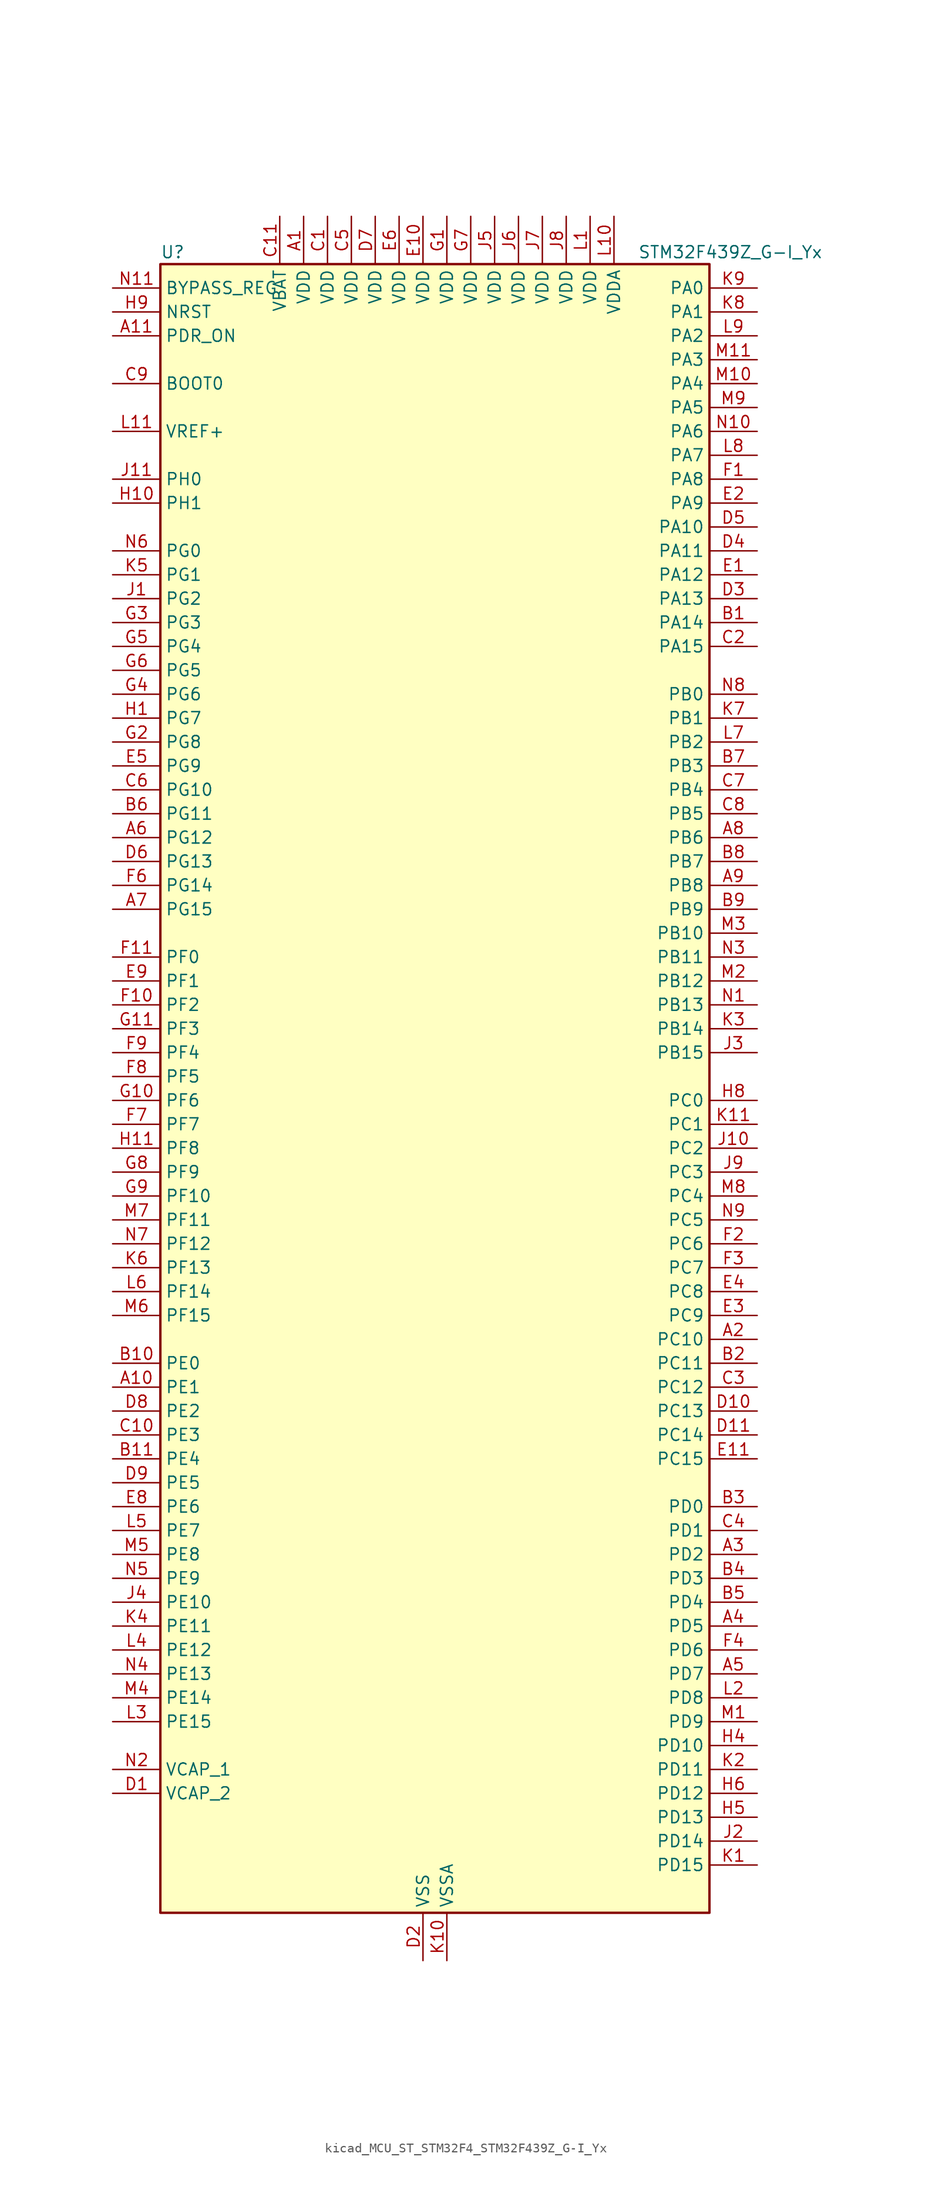
<source format=kicad_sym>
(kicad_symbol_lib
  (version 20220914)
  (generator kicad_symbol_editor)
  (symbol "kicad_MCU_ST_STM32F4_STM32F439Z_G-I_Yx"
    (property "Reference" "U"
      (at -27.94 90.17 0)
      (effects (font (size 1.27 1.27)) (justify left)))
    (property "Value" "STM32F439Z_G-I_Yx"
      (at 22.86 90.17 0)
      (effects (font (size 1.27 1.27)) (justify left)))
    (property "ki_locked" ""
      (at 0 0 0)
      (effects (font (size 1.27 1.27))))
    (symbol "kicad_MCU_ST_STM32F4_STM32F439Z_G-I_Yx_0_1"
      (rectangle (start -27.94 -86.36) (end 30.48 88.9) (stroke (width 0.254) (type default)) (fill (type background))))
    (symbol "kicad_MCU_ST_STM32F4_STM32F439Z_G-I_Yx_1_1"
      (pin power_in line (at -12.7 93.98 270) (length 5.08) (name "VDD" (effects (font (size 1.27 1.27)))) (number "A1" (effects (font (size 1.27 1.27)))))
      (pin bidirectional line (at -33.02 -30.48 0) (length 5.08) (name "PE1" (effects (font (size 1.27 1.27)))) (number "A10" (effects (font (size 1.27 1.27)))) (alternate "DCMI_D3" bidirectional line) (alternate "FMC_NBL1" bidirectional line) (alternate "UART8_TX" bidirectional line))
      (pin input line (at -33.02 81.28 0) (length 5.08) (name "PDR_ON" (effects (font (size 1.27 1.27)))) (number "A11" (effects (font (size 1.27 1.27)))))
      (pin bidirectional line (at 35.56 -25.4 180) (length 5.08) (name "PC10" (effects (font (size 1.27 1.27)))) (number "A2" (effects (font (size 1.27 1.27)))) (alternate "DCMI_D8" bidirectional line) (alternate "I2S3_CK" bidirectional line) (alternate "LTDC_R2" bidirectional line) (alternate "SDIO_D2" bidirectional line) (alternate "SPI3_SCK" bidirectional line) (alternate "UART4_TX" bidirectional line) (alternate "USART3_TX" bidirectional line))
      (pin bidirectional line (at 35.56 -48.26 180) (length 5.08) (name "PD2" (effects (font (size 1.27 1.27)))) (number "A3" (effects (font (size 1.27 1.27)))) (alternate "DCMI_D11" bidirectional line) (alternate "SDIO_CMD" bidirectional line) (alternate "TIM3_ETR" bidirectional line) (alternate "UART5_RX" bidirectional line))
      (pin bidirectional line (at 35.56 -55.88 180) (length 5.08) (name "PD5" (effects (font (size 1.27 1.27)))) (number "A4" (effects (font (size 1.27 1.27)))) (alternate "FMC_NWE" bidirectional line) (alternate "USART2_TX" bidirectional line))
      (pin bidirectional line (at 35.56 -60.96 180) (length 5.08) (name "PD7" (effects (font (size 1.27 1.27)))) (number "A5" (effects (font (size 1.27 1.27)))) (alternate "FMC_NCE2" bidirectional line) (alternate "FMC_NE1" bidirectional line) (alternate "USART2_CK" bidirectional line))
      (pin bidirectional line (at -33.02 27.94 0) (length 5.08) (name "PG12" (effects (font (size 1.27 1.27)))) (number "A6" (effects (font (size 1.27 1.27)))) (alternate "FMC_NE4" bidirectional line) (alternate "LTDC_B1" bidirectional line) (alternate "LTDC_B4" bidirectional line) (alternate "SPI6_MISO" bidirectional line) (alternate "USART6_RTS" bidirectional line))
      (pin bidirectional line (at -33.02 20.32 0) (length 5.08) (name "PG15" (effects (font (size 1.27 1.27)))) (number "A7" (effects (font (size 1.27 1.27)))) (alternate "ADC1_EXTI15" bidirectional line) (alternate "ADC2_EXTI15" bidirectional line) (alternate "ADC3_EXTI15" bidirectional line) (alternate "DCMI_D13" bidirectional line) (alternate "FMC_SDNCAS" bidirectional line) (alternate "USART6_CTS" bidirectional line))
      (pin bidirectional line (at 35.56 27.94 180) (length 5.08) (name "PB6" (effects (font (size 1.27 1.27)))) (number "A8" (effects (font (size 1.27 1.27)))) (alternate "CAN2_TX" bidirectional line) (alternate "DCMI_D5" bidirectional line) (alternate "FMC_SDNE1" bidirectional line) (alternate "I2C1_SCL" bidirectional line) (alternate "TIM4_CH1" bidirectional line) (alternate "USART1_TX" bidirectional line))
      (pin bidirectional line (at 35.56 22.86 180) (length 5.08) (name "PB8" (effects (font (size 1.27 1.27)))) (number "A9" (effects (font (size 1.27 1.27)))) (alternate "CAN1_RX" bidirectional line) (alternate "DCMI_D6" bidirectional line) (alternate "ETH_TXD3" bidirectional line) (alternate "I2C1_SCL" bidirectional line) (alternate "LTDC_B6" bidirectional line) (alternate "SDIO_D4" bidirectional line) (alternate "TIM10_CH1" bidirectional line) (alternate "TIM4_CH3" bidirectional line))
      (pin bidirectional line (at 35.56 50.8 180) (length 5.08) (name "PA14" (effects (font (size 1.27 1.27)))) (number "B1" (effects (font (size 1.27 1.27)))) (alternate "SYS_JTCK-SWCLK" bidirectional line))
      (pin bidirectional line (at -33.02 -27.94 0) (length 5.08) (name "PE0" (effects (font (size 1.27 1.27)))) (number "B10" (effects (font (size 1.27 1.27)))) (alternate "DCMI_D2" bidirectional line) (alternate "FMC_NBL0" bidirectional line) (alternate "TIM4_ETR" bidirectional line) (alternate "UART8_RX" bidirectional line))
      (pin bidirectional line (at -33.02 -38.1 0) (length 5.08) (name "PE4" (effects (font (size 1.27 1.27)))) (number "B11" (effects (font (size 1.27 1.27)))) (alternate "DCMI_D4" bidirectional line) (alternate "FMC_A20" bidirectional line) (alternate "LTDC_B0" bidirectional line) (alternate "SAI1_FS_A" bidirectional line) (alternate "SPI4_NSS" bidirectional line) (alternate "SYS_TRACED1" bidirectional line))
      (pin bidirectional line (at 35.56 -27.94 180) (length 5.08) (name "PC11" (effects (font (size 1.27 1.27)))) (number "B2" (effects (font (size 1.27 1.27)))) (alternate "ADC1_EXTI11" bidirectional line) (alternate "ADC2_EXTI11" bidirectional line) (alternate "ADC3_EXTI11" bidirectional line) (alternate "DCMI_D4" bidirectional line) (alternate "I2S3_ext_SD" bidirectional line) (alternate "SDIO_D3" bidirectional line) (alternate "SPI3_MISO" bidirectional line) (alternate "UART4_RX" bidirectional line) (alternate "USART3_RX" bidirectional line))
      (pin bidirectional line (at 35.56 -43.18 180) (length 5.08) (name "PD0" (effects (font (size 1.27 1.27)))) (number "B3" (effects (font (size 1.27 1.27)))) (alternate "CAN1_RX" bidirectional line) (alternate "FMC_D2" bidirectional line) (alternate "FMC_DA2" bidirectional line))
      (pin bidirectional line (at 35.56 -50.8 180) (length 5.08) (name "PD3" (effects (font (size 1.27 1.27)))) (number "B4" (effects (font (size 1.27 1.27)))) (alternate "DCMI_D5" bidirectional line) (alternate "FMC_CLK" bidirectional line) (alternate "I2S2_CK" bidirectional line) (alternate "LTDC_G7" bidirectional line) (alternate "SPI2_SCK" bidirectional line) (alternate "USART2_CTS" bidirectional line))
      (pin bidirectional line (at 35.56 -53.34 180) (length 5.08) (name "PD4" (effects (font (size 1.27 1.27)))) (number "B5" (effects (font (size 1.27 1.27)))) (alternate "FMC_NOE" bidirectional line) (alternate "USART2_RTS" bidirectional line))
      (pin bidirectional line (at -33.02 30.48 0) (length 5.08) (name "PG11" (effects (font (size 1.27 1.27)))) (number "B6" (effects (font (size 1.27 1.27)))) (alternate "ADC1_EXTI11" bidirectional line) (alternate "ADC2_EXTI11" bidirectional line) (alternate "ADC3_EXTI11" bidirectional line) (alternate "DCMI_D3" bidirectional line) (alternate "ETH_TX_EN" bidirectional line) (alternate "FMC_NCE4_2" bidirectional line) (alternate "LTDC_B3" bidirectional line))
      (pin bidirectional line (at 35.56 35.56 180) (length 5.08) (name "PB3" (effects (font (size 1.27 1.27)))) (number "B7" (effects (font (size 1.27 1.27)))) (alternate "I2S3_CK" bidirectional line) (alternate "SPI1_SCK" bidirectional line) (alternate "SPI3_SCK" bidirectional line) (alternate "SYS_JTDO-SWO" bidirectional line) (alternate "TIM2_CH2" bidirectional line))
      (pin bidirectional line (at 35.56 25.4 180) (length 5.08) (name "PB7" (effects (font (size 1.27 1.27)))) (number "B8" (effects (font (size 1.27 1.27)))) (alternate "DCMI_VSYNC" bidirectional line) (alternate "FMC_NL" bidirectional line) (alternate "I2C1_SDA" bidirectional line) (alternate "TIM4_CH2" bidirectional line) (alternate "USART1_RX" bidirectional line))
      (pin bidirectional line (at 35.56 20.32 180) (length 5.08) (name "PB9" (effects (font (size 1.27 1.27)))) (number "B9" (effects (font (size 1.27 1.27)))) (alternate "CAN1_TX" bidirectional line) (alternate "DAC_EXTI9" bidirectional line) (alternate "DCMI_D7" bidirectional line) (alternate "I2C1_SDA" bidirectional line) (alternate "I2S2_WS" bidirectional line) (alternate "LTDC_B7" bidirectional line) (alternate "SDIO_D5" bidirectional line) (alternate "SPI2_NSS" bidirectional line) (alternate "TIM11_CH1" bidirectional line) (alternate "TIM4_CH4" bidirectional line))
      (pin power_in line (at -10.16 93.98 270) (length 5.08) (name "VDD" (effects (font (size 1.27 1.27)))) (number "C1" (effects (font (size 1.27 1.27)))))
      (pin bidirectional line (at -33.02 -35.56 0) (length 5.08) (name "PE3" (effects (font (size 1.27 1.27)))) (number "C10" (effects (font (size 1.27 1.27)))) (alternate "FMC_A19" bidirectional line) (alternate "SAI1_SD_B" bidirectional line) (alternate "SYS_TRACED0" bidirectional line))
      (pin power_in line (at -15.24 93.98 270) (length 5.08) (name "VBAT" (effects (font (size 1.27 1.27)))) (number "C11" (effects (font (size 1.27 1.27)))))
      (pin bidirectional line (at 35.56 48.26 180) (length 5.08) (name "PA15" (effects (font (size 1.27 1.27)))) (number "C2" (effects (font (size 1.27 1.27)))) (alternate "ADC1_EXTI15" bidirectional line) (alternate "ADC2_EXTI15" bidirectional line) (alternate "ADC3_EXTI15" bidirectional line) (alternate "I2S3_WS" bidirectional line) (alternate "SPI1_NSS" bidirectional line) (alternate "SPI3_NSS" bidirectional line) (alternate "SYS_JTDI" bidirectional line) (alternate "TIM2_CH1" bidirectional line) (alternate "TIM2_ETR" bidirectional line))
      (pin bidirectional line (at 35.56 -30.48 180) (length 5.08) (name "PC12" (effects (font (size 1.27 1.27)))) (number "C3" (effects (font (size 1.27 1.27)))) (alternate "DCMI_D9" bidirectional line) (alternate "I2S3_SD" bidirectional line) (alternate "SDIO_CK" bidirectional line) (alternate "SPI3_MOSI" bidirectional line) (alternate "UART5_TX" bidirectional line) (alternate "USART3_CK" bidirectional line))
      (pin bidirectional line (at 35.56 -45.72 180) (length 5.08) (name "PD1" (effects (font (size 1.27 1.27)))) (number "C4" (effects (font (size 1.27 1.27)))) (alternate "CAN1_TX" bidirectional line) (alternate "FMC_D3" bidirectional line) (alternate "FMC_DA3" bidirectional line))
      (pin power_in line (at -7.62 93.98 270) (length 5.08) (name "VDD" (effects (font (size 1.27 1.27)))) (number "C5" (effects (font (size 1.27 1.27)))))
      (pin bidirectional line (at -33.02 33.02 0) (length 5.08) (name "PG10" (effects (font (size 1.27 1.27)))) (number "C6" (effects (font (size 1.27 1.27)))) (alternate "DCMI_D2" bidirectional line) (alternate "FMC_NCE4_1" bidirectional line) (alternate "FMC_NE3" bidirectional line) (alternate "LTDC_B2" bidirectional line) (alternate "LTDC_G3" bidirectional line))
      (pin bidirectional line (at 35.56 33.02 180) (length 5.08) (name "PB4" (effects (font (size 1.27 1.27)))) (number "C7" (effects (font (size 1.27 1.27)))) (alternate "I2S3_ext_SD" bidirectional line) (alternate "SPI1_MISO" bidirectional line) (alternate "SPI3_MISO" bidirectional line) (alternate "SYS_JTRST" bidirectional line) (alternate "TIM3_CH1" bidirectional line))
      (pin bidirectional line (at 35.56 30.48 180) (length 5.08) (name "PB5" (effects (font (size 1.27 1.27)))) (number "C8" (effects (font (size 1.27 1.27)))) (alternate "CAN2_RX" bidirectional line) (alternate "DCMI_D10" bidirectional line) (alternate "ETH_PPS_OUT" bidirectional line) (alternate "FMC_SDCKE1" bidirectional line) (alternate "I2C1_SMBA" bidirectional line) (alternate "I2S3_SD" bidirectional line) (alternate "SPI1_MOSI" bidirectional line) (alternate "SPI3_MOSI" bidirectional line) (alternate "TIM3_CH2" bidirectional line) (alternate "USB_OTG_HS_ULPI_D7" bidirectional line))
      (pin input line (at -33.02 76.2 0) (length 5.08) (name "BOOT0" (effects (font (size 1.27 1.27)))) (number "C9" (effects (font (size 1.27 1.27)))))
      (pin power_out line (at -33.02 -73.66 0) (length 5.08) (name "VCAP_2" (effects (font (size 1.27 1.27)))) (number "D1" (effects (font (size 1.27 1.27)))))
      (pin bidirectional line (at 35.56 -33.02 180) (length 5.08) (name "PC13" (effects (font (size 1.27 1.27)))) (number "D10" (effects (font (size 1.27 1.27)))) (alternate "RTC_AF1" bidirectional line))
      (pin bidirectional line (at 35.56 -35.56 180) (length 5.08) (name "PC14" (effects (font (size 1.27 1.27)))) (number "D11" (effects (font (size 1.27 1.27)))) (alternate "RCC_OSC32_IN" bidirectional line))
      (pin power_in line (at 0 -91.44 90) (length 5.08) (name "VSS" (effects (font (size 1.27 1.27)))) (number "D2" (effects (font (size 1.27 1.27)))))
      (pin bidirectional line (at 35.56 53.34 180) (length 5.08) (name "PA13" (effects (font (size 1.27 1.27)))) (number "D3" (effects (font (size 1.27 1.27)))) (alternate "SYS_JTMS-SWDIO" bidirectional line))
      (pin bidirectional line (at 35.56 58.42 180) (length 5.08) (name "PA11" (effects (font (size 1.27 1.27)))) (number "D4" (effects (font (size 1.27 1.27)))) (alternate "ADC1_EXTI11" bidirectional line) (alternate "ADC2_EXTI11" bidirectional line) (alternate "ADC3_EXTI11" bidirectional line) (alternate "CAN1_RX" bidirectional line) (alternate "LTDC_R4" bidirectional line) (alternate "TIM1_CH4" bidirectional line) (alternate "USART1_CTS" bidirectional line) (alternate "USB_OTG_FS_DM" bidirectional line))
      (pin bidirectional line (at 35.56 60.96 180) (length 5.08) (name "PA10" (effects (font (size 1.27 1.27)))) (number "D5" (effects (font (size 1.27 1.27)))) (alternate "DCMI_D1" bidirectional line) (alternate "TIM1_CH3" bidirectional line) (alternate "USART1_RX" bidirectional line) (alternate "USB_OTG_FS_ID" bidirectional line))
      (pin bidirectional line (at -33.02 25.4 0) (length 5.08) (name "PG13" (effects (font (size 1.27 1.27)))) (number "D6" (effects (font (size 1.27 1.27)))) (alternate "ETH_TXD0" bidirectional line) (alternate "FMC_A24" bidirectional line) (alternate "SPI6_SCK" bidirectional line) (alternate "USART6_CTS" bidirectional line))
      (pin power_in line (at -5.08 93.98 270) (length 5.08) (name "VDD" (effects (font (size 1.27 1.27)))) (number "D7" (effects (font (size 1.27 1.27)))))
      (pin bidirectional line (at -33.02 -33.02 0) (length 5.08) (name "PE2" (effects (font (size 1.27 1.27)))) (number "D8" (effects (font (size 1.27 1.27)))) (alternate "ETH_TXD3" bidirectional line) (alternate "FMC_A23" bidirectional line) (alternate "SAI1_MCLK_A" bidirectional line) (alternate "SPI4_SCK" bidirectional line) (alternate "SYS_TRACECLK" bidirectional line))
      (pin bidirectional line (at -33.02 -40.64 0) (length 5.08) (name "PE5" (effects (font (size 1.27 1.27)))) (number "D9" (effects (font (size 1.27 1.27)))) (alternate "DCMI_D6" bidirectional line) (alternate "FMC_A21" bidirectional line) (alternate "LTDC_G0" bidirectional line) (alternate "SAI1_SCK_A" bidirectional line) (alternate "SPI4_MISO" bidirectional line) (alternate "SYS_TRACED2" bidirectional line) (alternate "TIM9_CH1" bidirectional line))
      (pin bidirectional line (at 35.56 55.88 180) (length 5.08) (name "PA12" (effects (font (size 1.27 1.27)))) (number "E1" (effects (font (size 1.27 1.27)))) (alternate "CAN1_TX" bidirectional line) (alternate "LTDC_R5" bidirectional line) (alternate "TIM1_ETR" bidirectional line) (alternate "USART1_RTS" bidirectional line) (alternate "USB_OTG_FS_DP" bidirectional line))
      (pin power_in line (at 0 93.98 270) (length 5.08) (name "VDD" (effects (font (size 1.27 1.27)))) (number "E10" (effects (font (size 1.27 1.27)))))
      (pin bidirectional line (at 35.56 -38.1 180) (length 5.08) (name "PC15" (effects (font (size 1.27 1.27)))) (number "E11" (effects (font (size 1.27 1.27)))) (alternate "ADC1_EXTI15" bidirectional line) (alternate "ADC2_EXTI15" bidirectional line) (alternate "ADC3_EXTI15" bidirectional line) (alternate "RCC_OSC32_OUT" bidirectional line))
      (pin bidirectional line (at 35.56 63.5 180) (length 5.08) (name "PA9" (effects (font (size 1.27 1.27)))) (number "E2" (effects (font (size 1.27 1.27)))) (alternate "DAC_EXTI9" bidirectional line) (alternate "DCMI_D0" bidirectional line) (alternate "I2C3_SMBA" bidirectional line) (alternate "TIM1_CH2" bidirectional line) (alternate "USART1_TX" bidirectional line) (alternate "USB_OTG_FS_VBUS" bidirectional line))
      (pin bidirectional line (at 35.56 -22.86 180) (length 5.08) (name "PC9" (effects (font (size 1.27 1.27)))) (number "E3" (effects (font (size 1.27 1.27)))) (alternate "DAC_EXTI9" bidirectional line) (alternate "DCMI_D3" bidirectional line) (alternate "I2C3_SDA" bidirectional line) (alternate "I2S_CKIN" bidirectional line) (alternate "RCC_MCO_2" bidirectional line) (alternate "SDIO_D1" bidirectional line) (alternate "TIM3_CH4" bidirectional line) (alternate "TIM8_CH4" bidirectional line))
      (pin bidirectional line (at 35.56 -20.32 180) (length 5.08) (name "PC8" (effects (font (size 1.27 1.27)))) (number "E4" (effects (font (size 1.27 1.27)))) (alternate "DCMI_D2" bidirectional line) (alternate "SDIO_D0" bidirectional line) (alternate "TIM3_CH3" bidirectional line) (alternate "TIM8_CH3" bidirectional line) (alternate "USART6_CK" bidirectional line))
      (pin bidirectional line (at -33.02 35.56 0) (length 5.08) (name "PG9" (effects (font (size 1.27 1.27)))) (number "E5" (effects (font (size 1.27 1.27)))) (alternate "DAC_EXTI9" bidirectional line) (alternate "DCMI_VSYNC" bidirectional line) (alternate "FMC_NCE3" bidirectional line) (alternate "FMC_NE2" bidirectional line) (alternate "USART6_RX" bidirectional line))
      (pin power_in line (at -2.54 93.98 270) (length 5.08) (name "VDD" (effects (font (size 1.27 1.27)))) (number "E6" (effects (font (size 1.27 1.27)))))
      (pin passive line (at 0 -91.44 90) (length 5.08) hide (name "VSS" (effects (font (size 1.27 1.27)))) (number "E7" (effects (font (size 1.27 1.27)))))
      (pin bidirectional line (at -33.02 -43.18 0) (length 5.08) (name "PE6" (effects (font (size 1.27 1.27)))) (number "E8" (effects (font (size 1.27 1.27)))) (alternate "DCMI_D7" bidirectional line) (alternate "FMC_A22" bidirectional line) (alternate "LTDC_G1" bidirectional line) (alternate "SAI1_SD_A" bidirectional line) (alternate "SPI4_MOSI" bidirectional line) (alternate "SYS_TRACED3" bidirectional line) (alternate "TIM9_CH2" bidirectional line))
      (pin bidirectional line (at -33.02 12.7 0) (length 5.08) (name "PF1" (effects (font (size 1.27 1.27)))) (number "E9" (effects (font (size 1.27 1.27)))) (alternate "FMC_A1" bidirectional line) (alternate "I2C2_SCL" bidirectional line))
      (pin bidirectional line (at 35.56 66.04 180) (length 5.08) (name "PA8" (effects (font (size 1.27 1.27)))) (number "F1" (effects (font (size 1.27 1.27)))) (alternate "I2C3_SCL" bidirectional line) (alternate "LTDC_R6" bidirectional line) (alternate "RCC_MCO_1" bidirectional line) (alternate "TIM1_CH1" bidirectional line) (alternate "USART1_CK" bidirectional line) (alternate "USB_OTG_FS_SOF" bidirectional line))
      (pin bidirectional line (at -33.02 10.16 0) (length 5.08) (name "PF2" (effects (font (size 1.27 1.27)))) (number "F10" (effects (font (size 1.27 1.27)))) (alternate "FMC_A2" bidirectional line) (alternate "I2C2_SMBA" bidirectional line))
      (pin bidirectional line (at -33.02 15.24 0) (length 5.08) (name "PF0" (effects (font (size 1.27 1.27)))) (number "F11" (effects (font (size 1.27 1.27)))) (alternate "FMC_A0" bidirectional line) (alternate "I2C2_SDA" bidirectional line))
      (pin bidirectional line (at 35.56 -15.24 180) (length 5.08) (name "PC6" (effects (font (size 1.27 1.27)))) (number "F2" (effects (font (size 1.27 1.27)))) (alternate "DCMI_D0" bidirectional line) (alternate "I2S2_MCK" bidirectional line) (alternate "LTDC_HSYNC" bidirectional line) (alternate "SDIO_D6" bidirectional line) (alternate "TIM3_CH1" bidirectional line) (alternate "TIM8_CH1" bidirectional line) (alternate "USART6_TX" bidirectional line))
      (pin bidirectional line (at 35.56 -17.78 180) (length 5.08) (name "PC7" (effects (font (size 1.27 1.27)))) (number "F3" (effects (font (size 1.27 1.27)))) (alternate "DCMI_D1" bidirectional line) (alternate "I2S3_MCK" bidirectional line) (alternate "LTDC_G6" bidirectional line) (alternate "SDIO_D7" bidirectional line) (alternate "TIM3_CH2" bidirectional line) (alternate "TIM8_CH2" bidirectional line) (alternate "USART6_RX" bidirectional line))
      (pin bidirectional line (at 35.56 -58.42 180) (length 5.08) (name "PD6" (effects (font (size 1.27 1.27)))) (number "F4" (effects (font (size 1.27 1.27)))) (alternate "DCMI_D10" bidirectional line) (alternate "FMC_NWAIT" bidirectional line) (alternate "I2S3_SD" bidirectional line) (alternate "LTDC_B2" bidirectional line) (alternate "SAI1_SD_A" bidirectional line) (alternate "SPI3_MOSI" bidirectional line) (alternate "USART2_RX" bidirectional line))
      (pin passive line (at 0 -91.44 90) (length 5.08) hide (name "VSS" (effects (font (size 1.27 1.27)))) (number "F5" (effects (font (size 1.27 1.27)))))
      (pin bidirectional line (at -33.02 22.86 0) (length 5.08) (name "PG14" (effects (font (size 1.27 1.27)))) (number "F6" (effects (font (size 1.27 1.27)))) (alternate "ETH_TXD1" bidirectional line) (alternate "FMC_A25" bidirectional line) (alternate "SPI6_MOSI" bidirectional line) (alternate "USART6_TX" bidirectional line))
      (pin bidirectional line (at -33.02 -2.54 0) (length 5.08) (name "PF7" (effects (font (size 1.27 1.27)))) (number "F7" (effects (font (size 1.27 1.27)))) (alternate "ADC3_IN5" bidirectional line) (alternate "FMC_NREG" bidirectional line) (alternate "SAI1_MCLK_B" bidirectional line) (alternate "SPI5_SCK" bidirectional line) (alternate "TIM11_CH1" bidirectional line) (alternate "UART7_TX" bidirectional line))
      (pin bidirectional line (at -33.02 2.54 0) (length 5.08) (name "PF5" (effects (font (size 1.27 1.27)))) (number "F8" (effects (font (size 1.27 1.27)))) (alternate "ADC3_IN15" bidirectional line) (alternate "FMC_A5" bidirectional line))
      (pin bidirectional line (at -33.02 5.08 0) (length 5.08) (name "PF4" (effects (font (size 1.27 1.27)))) (number "F9" (effects (font (size 1.27 1.27)))) (alternate "ADC3_IN14" bidirectional line) (alternate "FMC_A4" bidirectional line))
      (pin power_in line (at 2.54 93.98 270) (length 5.08) (name "VDD" (effects (font (size 1.27 1.27)))) (number "G1" (effects (font (size 1.27 1.27)))))
      (pin bidirectional line (at -33.02 0 0) (length 5.08) (name "PF6" (effects (font (size 1.27 1.27)))) (number "G10" (effects (font (size 1.27 1.27)))) (alternate "ADC3_IN4" bidirectional line) (alternate "FMC_NIORD" bidirectional line) (alternate "SAI1_SD_B" bidirectional line) (alternate "SPI5_NSS" bidirectional line) (alternate "TIM10_CH1" bidirectional line) (alternate "UART7_RX" bidirectional line))
      (pin bidirectional line (at -33.02 7.62 0) (length 5.08) (name "PF3" (effects (font (size 1.27 1.27)))) (number "G11" (effects (font (size 1.27 1.27)))) (alternate "ADC3_IN9" bidirectional line) (alternate "FMC_A3" bidirectional line))
      (pin bidirectional line (at -33.02 38.1 0) (length 5.08) (name "PG8" (effects (font (size 1.27 1.27)))) (number "G2" (effects (font (size 1.27 1.27)))) (alternate "ETH_PPS_OUT" bidirectional line) (alternate "FMC_SDCLK" bidirectional line) (alternate "SPI6_NSS" bidirectional line) (alternate "USART6_RTS" bidirectional line))
      (pin bidirectional line (at -33.02 50.8 0) (length 5.08) (name "PG3" (effects (font (size 1.27 1.27)))) (number "G3" (effects (font (size 1.27 1.27)))) (alternate "FMC_A13" bidirectional line))
      (pin bidirectional line (at -33.02 43.18 0) (length 5.08) (name "PG6" (effects (font (size 1.27 1.27)))) (number "G4" (effects (font (size 1.27 1.27)))) (alternate "DCMI_D12" bidirectional line) (alternate "FMC_INT2" bidirectional line) (alternate "LTDC_R7" bidirectional line))
      (pin bidirectional line (at -33.02 48.26 0) (length 5.08) (name "PG4" (effects (font (size 1.27 1.27)))) (number "G5" (effects (font (size 1.27 1.27)))) (alternate "FMC_A14" bidirectional line) (alternate "FMC_BA0" bidirectional line))
      (pin bidirectional line (at -33.02 45.72 0) (length 5.08) (name "PG5" (effects (font (size 1.27 1.27)))) (number "G6" (effects (font (size 1.27 1.27)))) (alternate "FMC_A15" bidirectional line) (alternate "FMC_BA1" bidirectional line))
      (pin power_in line (at 5.08 93.98 270) (length 5.08) (name "VDD" (effects (font (size 1.27 1.27)))) (number "G7" (effects (font (size 1.27 1.27)))))
      (pin bidirectional line (at -33.02 -7.62 0) (length 5.08) (name "PF9" (effects (font (size 1.27 1.27)))) (number "G8" (effects (font (size 1.27 1.27)))) (alternate "ADC3_IN7" bidirectional line) (alternate "DAC_EXTI9" bidirectional line) (alternate "FMC_CD" bidirectional line) (alternate "SAI1_FS_B" bidirectional line) (alternate "SPI5_MOSI" bidirectional line) (alternate "TIM14_CH1" bidirectional line))
      (pin bidirectional line (at -33.02 -10.16 0) (length 5.08) (name "PF10" (effects (font (size 1.27 1.27)))) (number "G9" (effects (font (size 1.27 1.27)))) (alternate "ADC3_IN8" bidirectional line) (alternate "DCMI_D11" bidirectional line) (alternate "FMC_INTR" bidirectional line) (alternate "LTDC_DE" bidirectional line))
      (pin bidirectional line (at -33.02 40.64 0) (length 5.08) (name "PG7" (effects (font (size 1.27 1.27)))) (number "H1" (effects (font (size 1.27 1.27)))) (alternate "DCMI_D13" bidirectional line) (alternate "FMC_INT3" bidirectional line) (alternate "LTDC_CLK" bidirectional line) (alternate "USART6_CK" bidirectional line))
      (pin bidirectional line (at -33.02 63.5 0) (length 5.08) (name "PH1" (effects (font (size 1.27 1.27)))) (number "H10" (effects (font (size 1.27 1.27)))) (alternate "RCC_OSC_OUT" bidirectional line))
      (pin bidirectional line (at -33.02 -5.08 0) (length 5.08) (name "PF8" (effects (font (size 1.27 1.27)))) (number "H11" (effects (font (size 1.27 1.27)))) (alternate "ADC3_IN6" bidirectional line) (alternate "FMC_NIOWR" bidirectional line) (alternate "SAI1_SCK_B" bidirectional line) (alternate "SPI5_MISO" bidirectional line) (alternate "TIM13_CH1" bidirectional line))
      (pin passive line (at 0 -91.44 90) (length 5.08) hide (name "VSS" (effects (font (size 1.27 1.27)))) (number "H2" (effects (font (size 1.27 1.27)))))
      (pin passive line (at 0 -91.44 90) (length 5.08) hide (name "VSS" (effects (font (size 1.27 1.27)))) (number "H3" (effects (font (size 1.27 1.27)))))
      (pin bidirectional line (at 35.56 -68.58 180) (length 5.08) (name "PD10" (effects (font (size 1.27 1.27)))) (number "H4" (effects (font (size 1.27 1.27)))) (alternate "FMC_D15" bidirectional line) (alternate "FMC_DA15" bidirectional line) (alternate "LTDC_B3" bidirectional line) (alternate "USART3_CK" bidirectional line))
      (pin bidirectional line (at 35.56 -76.2 180) (length 5.08) (name "PD13" (effects (font (size 1.27 1.27)))) (number "H5" (effects (font (size 1.27 1.27)))) (alternate "FMC_A18" bidirectional line) (alternate "TIM4_CH2" bidirectional line))
      (pin bidirectional line (at 35.56 -73.66 180) (length 5.08) (name "PD12" (effects (font (size 1.27 1.27)))) (number "H6" (effects (font (size 1.27 1.27)))) (alternate "FMC_A17" bidirectional line) (alternate "FMC_ALE" bidirectional line) (alternate "TIM4_CH1" bidirectional line) (alternate "USART3_RTS" bidirectional line))
      (pin passive line (at 0 -91.44 90) (length 5.08) hide (name "VSS" (effects (font (size 1.27 1.27)))) (number "H7" (effects (font (size 1.27 1.27)))))
      (pin bidirectional line (at 35.56 0 180) (length 5.08) (name "PC0" (effects (font (size 1.27 1.27)))) (number "H8" (effects (font (size 1.27 1.27)))) (alternate "ADC1_IN10" bidirectional line) (alternate "ADC2_IN10" bidirectional line) (alternate "ADC3_IN10" bidirectional line) (alternate "FMC_SDNWE" bidirectional line) (alternate "USB_OTG_HS_ULPI_STP" bidirectional line))
      (pin input line (at -33.02 83.82 0) (length 5.08) (name "NRST" (effects (font (size 1.27 1.27)))) (number "H9" (effects (font (size 1.27 1.27)))))
      (pin bidirectional line (at -33.02 53.34 0) (length 5.08) (name "PG2" (effects (font (size 1.27 1.27)))) (number "J1" (effects (font (size 1.27 1.27)))) (alternate "FMC_A12" bidirectional line))
      (pin bidirectional line (at 35.56 -5.08 180) (length 5.08) (name "PC2" (effects (font (size 1.27 1.27)))) (number "J10" (effects (font (size 1.27 1.27)))) (alternate "ADC1_IN12" bidirectional line) (alternate "ADC2_IN12" bidirectional line) (alternate "ADC3_IN12" bidirectional line) (alternate "ETH_TXD2" bidirectional line) (alternate "FMC_SDNE0" bidirectional line) (alternate "I2S2_ext_SD" bidirectional line) (alternate "SPI2_MISO" bidirectional line) (alternate "USB_OTG_HS_ULPI_DIR" bidirectional line))
      (pin bidirectional line (at -33.02 66.04 0) (length 5.08) (name "PH0" (effects (font (size 1.27 1.27)))) (number "J11" (effects (font (size 1.27 1.27)))) (alternate "RCC_OSC_IN" bidirectional line))
      (pin bidirectional line (at 35.56 -78.74 180) (length 5.08) (name "PD14" (effects (font (size 1.27 1.27)))) (number "J2" (effects (font (size 1.27 1.27)))) (alternate "FMC_D0" bidirectional line) (alternate "FMC_DA0" bidirectional line) (alternate "TIM4_CH3" bidirectional line))
      (pin bidirectional line (at 35.56 5.08 180) (length 5.08) (name "PB15" (effects (font (size 1.27 1.27)))) (number "J3" (effects (font (size 1.27 1.27)))) (alternate "ADC1_EXTI15" bidirectional line) (alternate "ADC2_EXTI15" bidirectional line) (alternate "ADC3_EXTI15" bidirectional line) (alternate "I2S2_SD" bidirectional line) (alternate "RTC_REFIN" bidirectional line) (alternate "SPI2_MOSI" bidirectional line) (alternate "TIM12_CH2" bidirectional line) (alternate "TIM1_CH3N" bidirectional line) (alternate "TIM8_CH3N" bidirectional line) (alternate "USB_OTG_HS_DP" bidirectional line))
      (pin bidirectional line (at -33.02 -53.34 0) (length 5.08) (name "PE10" (effects (font (size 1.27 1.27)))) (number "J4" (effects (font (size 1.27 1.27)))) (alternate "FMC_D7" bidirectional line) (alternate "FMC_DA7" bidirectional line) (alternate "TIM1_CH2N" bidirectional line))
      (pin power_in line (at 7.62 93.98 270) (length 5.08) (name "VDD" (effects (font (size 1.27 1.27)))) (number "J5" (effects (font (size 1.27 1.27)))))
      (pin power_in line (at 10.16 93.98 270) (length 5.08) (name "VDD" (effects (font (size 1.27 1.27)))) (number "J6" (effects (font (size 1.27 1.27)))))
      (pin power_in line (at 12.7 93.98 270) (length 5.08) (name "VDD" (effects (font (size 1.27 1.27)))) (number "J7" (effects (font (size 1.27 1.27)))))
      (pin power_in line (at 15.24 93.98 270) (length 5.08) (name "VDD" (effects (font (size 1.27 1.27)))) (number "J8" (effects (font (size 1.27 1.27)))))
      (pin bidirectional line (at 35.56 -7.62 180) (length 5.08) (name "PC3" (effects (font (size 1.27 1.27)))) (number "J9" (effects (font (size 1.27 1.27)))) (alternate "ADC1_IN13" bidirectional line) (alternate "ADC2_IN13" bidirectional line) (alternate "ADC3_IN13" bidirectional line) (alternate "ETH_TX_CLK" bidirectional line) (alternate "FMC_SDCKE0" bidirectional line) (alternate "I2S2_SD" bidirectional line) (alternate "SPI2_MOSI" bidirectional line) (alternate "USB_OTG_HS_ULPI_NXT" bidirectional line))
      (pin bidirectional line (at 35.56 -81.28 180) (length 5.08) (name "PD15" (effects (font (size 1.27 1.27)))) (number "K1" (effects (font (size 1.27 1.27)))) (alternate "ADC1_EXTI15" bidirectional line) (alternate "ADC2_EXTI15" bidirectional line) (alternate "ADC3_EXTI15" bidirectional line) (alternate "FMC_D1" bidirectional line) (alternate "FMC_DA1" bidirectional line) (alternate "TIM4_CH4" bidirectional line))
      (pin power_in line (at 2.54 -91.44 90) (length 5.08) (name "VSSA" (effects (font (size 1.27 1.27)))) (number "K10" (effects (font (size 1.27 1.27)))))
      (pin bidirectional line (at 35.56 -2.54 180) (length 5.08) (name "PC1" (effects (font (size 1.27 1.27)))) (number "K11" (effects (font (size 1.27 1.27)))) (alternate "ADC1_IN11" bidirectional line) (alternate "ADC2_IN11" bidirectional line) (alternate "ADC3_IN11" bidirectional line) (alternate "ETH_MDC" bidirectional line))
      (pin bidirectional line (at 35.56 -71.12 180) (length 5.08) (name "PD11" (effects (font (size 1.27 1.27)))) (number "K2" (effects (font (size 1.27 1.27)))) (alternate "ADC1_EXTI11" bidirectional line) (alternate "ADC2_EXTI11" bidirectional line) (alternate "ADC3_EXTI11" bidirectional line) (alternate "FMC_A16" bidirectional line) (alternate "FMC_CLE" bidirectional line) (alternate "USART3_CTS" bidirectional line))
      (pin bidirectional line (at 35.56 7.62 180) (length 5.08) (name "PB14" (effects (font (size 1.27 1.27)))) (number "K3" (effects (font (size 1.27 1.27)))) (alternate "I2S2_ext_SD" bidirectional line) (alternate "SPI2_MISO" bidirectional line) (alternate "TIM12_CH1" bidirectional line) (alternate "TIM1_CH2N" bidirectional line) (alternate "TIM8_CH2N" bidirectional line) (alternate "USART3_RTS" bidirectional line) (alternate "USB_OTG_HS_DM" bidirectional line))
      (pin bidirectional line (at -33.02 -55.88 0) (length 5.08) (name "PE11" (effects (font (size 1.27 1.27)))) (number "K4" (effects (font (size 1.27 1.27)))) (alternate "ADC1_EXTI11" bidirectional line) (alternate "ADC2_EXTI11" bidirectional line) (alternate "ADC3_EXTI11" bidirectional line) (alternate "FMC_D8" bidirectional line) (alternate "FMC_DA8" bidirectional line) (alternate "LTDC_G3" bidirectional line) (alternate "SPI4_NSS" bidirectional line) (alternate "TIM1_CH2" bidirectional line))
      (pin bidirectional line (at -33.02 55.88 0) (length 5.08) (name "PG1" (effects (font (size 1.27 1.27)))) (number "K5" (effects (font (size 1.27 1.27)))) (alternate "FMC_A11" bidirectional line))
      (pin bidirectional line (at -33.02 -17.78 0) (length 5.08) (name "PF13" (effects (font (size 1.27 1.27)))) (number "K6" (effects (font (size 1.27 1.27)))) (alternate "FMC_A7" bidirectional line))
      (pin bidirectional line (at 35.56 40.64 180) (length 5.08) (name "PB1" (effects (font (size 1.27 1.27)))) (number "K7" (effects (font (size 1.27 1.27)))) (alternate "ADC1_IN9" bidirectional line) (alternate "ADC2_IN9" bidirectional line) (alternate "ETH_RXD3" bidirectional line) (alternate "LTDC_R6" bidirectional line) (alternate "TIM1_CH3N" bidirectional line) (alternate "TIM3_CH4" bidirectional line) (alternate "TIM8_CH3N" bidirectional line) (alternate "USB_OTG_HS_ULPI_D2" bidirectional line))
      (pin bidirectional line (at 35.56 83.82 180) (length 5.08) (name "PA1" (effects (font (size 1.27 1.27)))) (number "K8" (effects (font (size 1.27 1.27)))) (alternate "ADC1_IN1" bidirectional line) (alternate "ADC2_IN1" bidirectional line) (alternate "ADC3_IN1" bidirectional line) (alternate "ETH_REF_CLK" bidirectional line) (alternate "ETH_RX_CLK" bidirectional line) (alternate "TIM2_CH2" bidirectional line) (alternate "TIM5_CH2" bidirectional line) (alternate "UART4_RX" bidirectional line) (alternate "USART2_RTS" bidirectional line))
      (pin bidirectional line (at 35.56 86.36 180) (length 5.08) (name "PA0" (effects (font (size 1.27 1.27)))) (number "K9" (effects (font (size 1.27 1.27)))) (alternate "ADC1_IN0" bidirectional line) (alternate "ADC2_IN0" bidirectional line) (alternate "ADC3_IN0" bidirectional line) (alternate "ETH_CRS" bidirectional line) (alternate "SYS_WKUP" bidirectional line) (alternate "TIM2_CH1" bidirectional line) (alternate "TIM2_ETR" bidirectional line) (alternate "TIM5_CH1" bidirectional line) (alternate "TIM8_ETR" bidirectional line) (alternate "UART4_TX" bidirectional line) (alternate "USART2_CTS" bidirectional line))
      (pin power_in line (at 17.78 93.98 270) (length 5.08) (name "VDD" (effects (font (size 1.27 1.27)))) (number "L1" (effects (font (size 1.27 1.27)))))
      (pin power_in line (at 20.32 93.98 270) (length 5.08) (name "VDDA" (effects (font (size 1.27 1.27)))) (number "L10" (effects (font (size 1.27 1.27)))))
      (pin input line (at -33.02 71.12 0) (length 5.08) (name "VREF+" (effects (font (size 1.27 1.27)))) (number "L11" (effects (font (size 1.27 1.27)))))
      (pin bidirectional line (at 35.56 -63.5 180) (length 5.08) (name "PD8" (effects (font (size 1.27 1.27)))) (number "L2" (effects (font (size 1.27 1.27)))) (alternate "FMC_D13" bidirectional line) (alternate "FMC_DA13" bidirectional line) (alternate "USART3_TX" bidirectional line))
      (pin bidirectional line (at -33.02 -66.04 0) (length 5.08) (name "PE15" (effects (font (size 1.27 1.27)))) (number "L3" (effects (font (size 1.27 1.27)))) (alternate "ADC1_EXTI15" bidirectional line) (alternate "ADC2_EXTI15" bidirectional line) (alternate "ADC3_EXTI15" bidirectional line) (alternate "FMC_D12" bidirectional line) (alternate "FMC_DA12" bidirectional line) (alternate "LTDC_R7" bidirectional line) (alternate "TIM1_BKIN" bidirectional line))
      (pin bidirectional line (at -33.02 -58.42 0) (length 5.08) (name "PE12" (effects (font (size 1.27 1.27)))) (number "L4" (effects (font (size 1.27 1.27)))) (alternate "FMC_D9" bidirectional line) (alternate "FMC_DA9" bidirectional line) (alternate "LTDC_B4" bidirectional line) (alternate "SPI4_SCK" bidirectional line) (alternate "TIM1_CH3N" bidirectional line))
      (pin bidirectional line (at -33.02 -45.72 0) (length 5.08) (name "PE7" (effects (font (size 1.27 1.27)))) (number "L5" (effects (font (size 1.27 1.27)))) (alternate "FMC_D4" bidirectional line) (alternate "FMC_DA4" bidirectional line) (alternate "TIM1_ETR" bidirectional line) (alternate "UART7_RX" bidirectional line))
      (pin bidirectional line (at -33.02 -20.32 0) (length 5.08) (name "PF14" (effects (font (size 1.27 1.27)))) (number "L6" (effects (font (size 1.27 1.27)))) (alternate "FMC_A8" bidirectional line))
      (pin bidirectional line (at 35.56 38.1 180) (length 5.08) (name "PB2" (effects (font (size 1.27 1.27)))) (number "L7" (effects (font (size 1.27 1.27)))))
      (pin bidirectional line (at 35.56 68.58 180) (length 5.08) (name "PA7" (effects (font (size 1.27 1.27)))) (number "L8" (effects (font (size 1.27 1.27)))) (alternate "ADC1_IN7" bidirectional line) (alternate "ADC2_IN7" bidirectional line) (alternate "ETH_CRS_DV" bidirectional line) (alternate "ETH_RX_DV" bidirectional line) (alternate "SPI1_MOSI" bidirectional line) (alternate "TIM14_CH1" bidirectional line) (alternate "TIM1_CH1N" bidirectional line) (alternate "TIM3_CH2" bidirectional line) (alternate "TIM8_CH1N" bidirectional line))
      (pin bidirectional line (at 35.56 81.28 180) (length 5.08) (name "PA2" (effects (font (size 1.27 1.27)))) (number "L9" (effects (font (size 1.27 1.27)))) (alternate "ADC1_IN2" bidirectional line) (alternate "ADC2_IN2" bidirectional line) (alternate "ADC3_IN2" bidirectional line) (alternate "ETH_MDIO" bidirectional line) (alternate "TIM2_CH3" bidirectional line) (alternate "TIM5_CH3" bidirectional line) (alternate "TIM9_CH1" bidirectional line) (alternate "USART2_TX" bidirectional line))
      (pin bidirectional line (at 35.56 -66.04 180) (length 5.08) (name "PD9" (effects (font (size 1.27 1.27)))) (number "M1" (effects (font (size 1.27 1.27)))) (alternate "DAC_EXTI9" bidirectional line) (alternate "FMC_D14" bidirectional line) (alternate "FMC_DA14" bidirectional line) (alternate "USART3_RX" bidirectional line))
      (pin bidirectional line (at 35.56 76.2 180) (length 5.08) (name "PA4" (effects (font (size 1.27 1.27)))) (number "M10" (effects (font (size 1.27 1.27)))) (alternate "ADC1_IN4" bidirectional line) (alternate "ADC2_IN4" bidirectional line) (alternate "DAC_OUT1" bidirectional line) (alternate "DCMI_HSYNC" bidirectional line) (alternate "I2S3_WS" bidirectional line) (alternate "LTDC_VSYNC" bidirectional line) (alternate "SPI1_NSS" bidirectional line) (alternate "SPI3_NSS" bidirectional line) (alternate "USART2_CK" bidirectional line) (alternate "USB_OTG_HS_SOF" bidirectional line))
      (pin bidirectional line (at 35.56 78.74 180) (length 5.08) (name "PA3" (effects (font (size 1.27 1.27)))) (number "M11" (effects (font (size 1.27 1.27)))) (alternate "ADC1_IN3" bidirectional line) (alternate "ADC2_IN3" bidirectional line) (alternate "ADC3_IN3" bidirectional line) (alternate "ETH_COL" bidirectional line) (alternate "LTDC_B5" bidirectional line) (alternate "TIM2_CH4" bidirectional line) (alternate "TIM5_CH4" bidirectional line) (alternate "TIM9_CH2" bidirectional line) (alternate "USART2_RX" bidirectional line) (alternate "USB_OTG_HS_ULPI_D0" bidirectional line))
      (pin bidirectional line (at 35.56 12.7 180) (length 5.08) (name "PB12" (effects (font (size 1.27 1.27)))) (number "M2" (effects (font (size 1.27 1.27)))) (alternate "CAN2_RX" bidirectional line) (alternate "ETH_TXD0" bidirectional line) (alternate "I2C2_SMBA" bidirectional line) (alternate "I2S2_WS" bidirectional line) (alternate "SPI2_NSS" bidirectional line) (alternate "TIM1_BKIN" bidirectional line) (alternate "USART3_CK" bidirectional line) (alternate "USB_OTG_HS_ID" bidirectional line) (alternate "USB_OTG_HS_ULPI_D5" bidirectional line))
      (pin bidirectional line (at 35.56 17.78 180) (length 5.08) (name "PB10" (effects (font (size 1.27 1.27)))) (number "M3" (effects (font (size 1.27 1.27)))) (alternate "ETH_RX_ER" bidirectional line) (alternate "I2C2_SCL" bidirectional line) (alternate "I2S2_CK" bidirectional line) (alternate "LTDC_G4" bidirectional line) (alternate "SPI2_SCK" bidirectional line) (alternate "TIM2_CH3" bidirectional line) (alternate "USART3_TX" bidirectional line) (alternate "USB_OTG_HS_ULPI_D3" bidirectional line))
      (pin bidirectional line (at -33.02 -63.5 0) (length 5.08) (name "PE14" (effects (font (size 1.27 1.27)))) (number "M4" (effects (font (size 1.27 1.27)))) (alternate "FMC_D11" bidirectional line) (alternate "FMC_DA11" bidirectional line) (alternate "LTDC_CLK" bidirectional line) (alternate "SPI4_MOSI" bidirectional line) (alternate "TIM1_CH4" bidirectional line))
      (pin bidirectional line (at -33.02 -48.26 0) (length 5.08) (name "PE8" (effects (font (size 1.27 1.27)))) (number "M5" (effects (font (size 1.27 1.27)))) (alternate "FMC_D5" bidirectional line) (alternate "FMC_DA5" bidirectional line) (alternate "TIM1_CH1N" bidirectional line) (alternate "UART7_TX" bidirectional line))
      (pin bidirectional line (at -33.02 -22.86 0) (length 5.08) (name "PF15" (effects (font (size 1.27 1.27)))) (number "M6" (effects (font (size 1.27 1.27)))) (alternate "ADC1_EXTI15" bidirectional line) (alternate "ADC2_EXTI15" bidirectional line) (alternate "ADC3_EXTI15" bidirectional line) (alternate "FMC_A9" bidirectional line))
      (pin bidirectional line (at -33.02 -12.7 0) (length 5.08) (name "PF11" (effects (font (size 1.27 1.27)))) (number "M7" (effects (font (size 1.27 1.27)))) (alternate "ADC1_EXTI11" bidirectional line) (alternate "ADC2_EXTI11" bidirectional line) (alternate "ADC3_EXTI11" bidirectional line) (alternate "DCMI_D12" bidirectional line) (alternate "FMC_SDNRAS" bidirectional line) (alternate "SPI5_MOSI" bidirectional line))
      (pin bidirectional line (at 35.56 -10.16 180) (length 5.08) (name "PC4" (effects (font (size 1.27 1.27)))) (number "M8" (effects (font (size 1.27 1.27)))) (alternate "ADC1_IN14" bidirectional line) (alternate "ADC2_IN14" bidirectional line) (alternate "ETH_RXD0" bidirectional line))
      (pin bidirectional line (at 35.56 73.66 180) (length 5.08) (name "PA5" (effects (font (size 1.27 1.27)))) (number "M9" (effects (font (size 1.27 1.27)))) (alternate "ADC1_IN5" bidirectional line) (alternate "ADC2_IN5" bidirectional line) (alternate "DAC_OUT2" bidirectional line) (alternate "SPI1_SCK" bidirectional line) (alternate "TIM2_CH1" bidirectional line) (alternate "TIM2_ETR" bidirectional line) (alternate "TIM8_CH1N" bidirectional line) (alternate "USB_OTG_HS_ULPI_CK" bidirectional line))
      (pin bidirectional line (at 35.56 10.16 180) (length 5.08) (name "PB13" (effects (font (size 1.27 1.27)))) (number "N1" (effects (font (size 1.27 1.27)))) (alternate "CAN2_TX" bidirectional line) (alternate "ETH_TXD1" bidirectional line) (alternate "I2S2_CK" bidirectional line) (alternate "SPI2_SCK" bidirectional line) (alternate "TIM1_CH1N" bidirectional line) (alternate "USART3_CTS" bidirectional line) (alternate "USB_OTG_HS_ULPI_D6" bidirectional line) (alternate "USB_OTG_HS_VBUS" bidirectional line))
      (pin bidirectional line (at 35.56 71.12 180) (length 5.08) (name "PA6" (effects (font (size 1.27 1.27)))) (number "N10" (effects (font (size 1.27 1.27)))) (alternate "ADC1_IN6" bidirectional line) (alternate "ADC2_IN6" bidirectional line) (alternate "DCMI_PIXCLK" bidirectional line) (alternate "LTDC_G2" bidirectional line) (alternate "SPI1_MISO" bidirectional line) (alternate "TIM13_CH1" bidirectional line) (alternate "TIM1_BKIN" bidirectional line) (alternate "TIM3_CH1" bidirectional line) (alternate "TIM8_BKIN" bidirectional line))
      (pin input line (at -33.02 86.36 0) (length 5.08) (name "BYPASS_REG" (effects (font (size 1.27 1.27)))) (number "N11" (effects (font (size 1.27 1.27)))))
      (pin power_out line (at -33.02 -71.12 0) (length 5.08) (name "VCAP_1" (effects (font (size 1.27 1.27)))) (number "N2" (effects (font (size 1.27 1.27)))))
      (pin bidirectional line (at 35.56 15.24 180) (length 5.08) (name "PB11" (effects (font (size 1.27 1.27)))) (number "N3" (effects (font (size 1.27 1.27)))) (alternate "ADC1_EXTI11" bidirectional line) (alternate "ADC2_EXTI11" bidirectional line) (alternate "ADC3_EXTI11" bidirectional line) (alternate "ETH_TX_EN" bidirectional line) (alternate "I2C2_SDA" bidirectional line) (alternate "LTDC_G5" bidirectional line) (alternate "TIM2_CH4" bidirectional line) (alternate "USART3_RX" bidirectional line) (alternate "USB_OTG_HS_ULPI_D4" bidirectional line))
      (pin bidirectional line (at -33.02 -60.96 0) (length 5.08) (name "PE13" (effects (font (size 1.27 1.27)))) (number "N4" (effects (font (size 1.27 1.27)))) (alternate "FMC_D10" bidirectional line) (alternate "FMC_DA10" bidirectional line) (alternate "LTDC_DE" bidirectional line) (alternate "SPI4_MISO" bidirectional line) (alternate "TIM1_CH3" bidirectional line))
      (pin bidirectional line (at -33.02 -50.8 0) (length 5.08) (name "PE9" (effects (font (size 1.27 1.27)))) (number "N5" (effects (font (size 1.27 1.27)))) (alternate "DAC_EXTI9" bidirectional line) (alternate "FMC_D6" bidirectional line) (alternate "FMC_DA6" bidirectional line) (alternate "TIM1_CH1" bidirectional line))
      (pin bidirectional line (at -33.02 58.42 0) (length 5.08) (name "PG0" (effects (font (size 1.27 1.27)))) (number "N6" (effects (font (size 1.27 1.27)))) (alternate "FMC_A10" bidirectional line))
      (pin bidirectional line (at -33.02 -15.24 0) (length 5.08) (name "PF12" (effects (font (size 1.27 1.27)))) (number "N7" (effects (font (size 1.27 1.27)))) (alternate "FMC_A6" bidirectional line))
      (pin bidirectional line (at 35.56 43.18 180) (length 5.08) (name "PB0" (effects (font (size 1.27 1.27)))) (number "N8" (effects (font (size 1.27 1.27)))) (alternate "ADC1_IN8" bidirectional line) (alternate "ADC2_IN8" bidirectional line) (alternate "ETH_RXD2" bidirectional line) (alternate "LTDC_R3" bidirectional line) (alternate "TIM1_CH2N" bidirectional line) (alternate "TIM3_CH3" bidirectional line) (alternate "TIM8_CH2N" bidirectional line) (alternate "USB_OTG_HS_ULPI_D1" bidirectional line))
      (pin bidirectional line (at 35.56 -12.7 180) (length 5.08) (name "PC5" (effects (font (size 1.27 1.27)))) (number "N9" (effects (font (size 1.27 1.27)))) (alternate "ADC1_IN15" bidirectional line) (alternate "ADC2_IN15" bidirectional line) (alternate "ETH_RXD1" bidirectional line)))))
</source>
